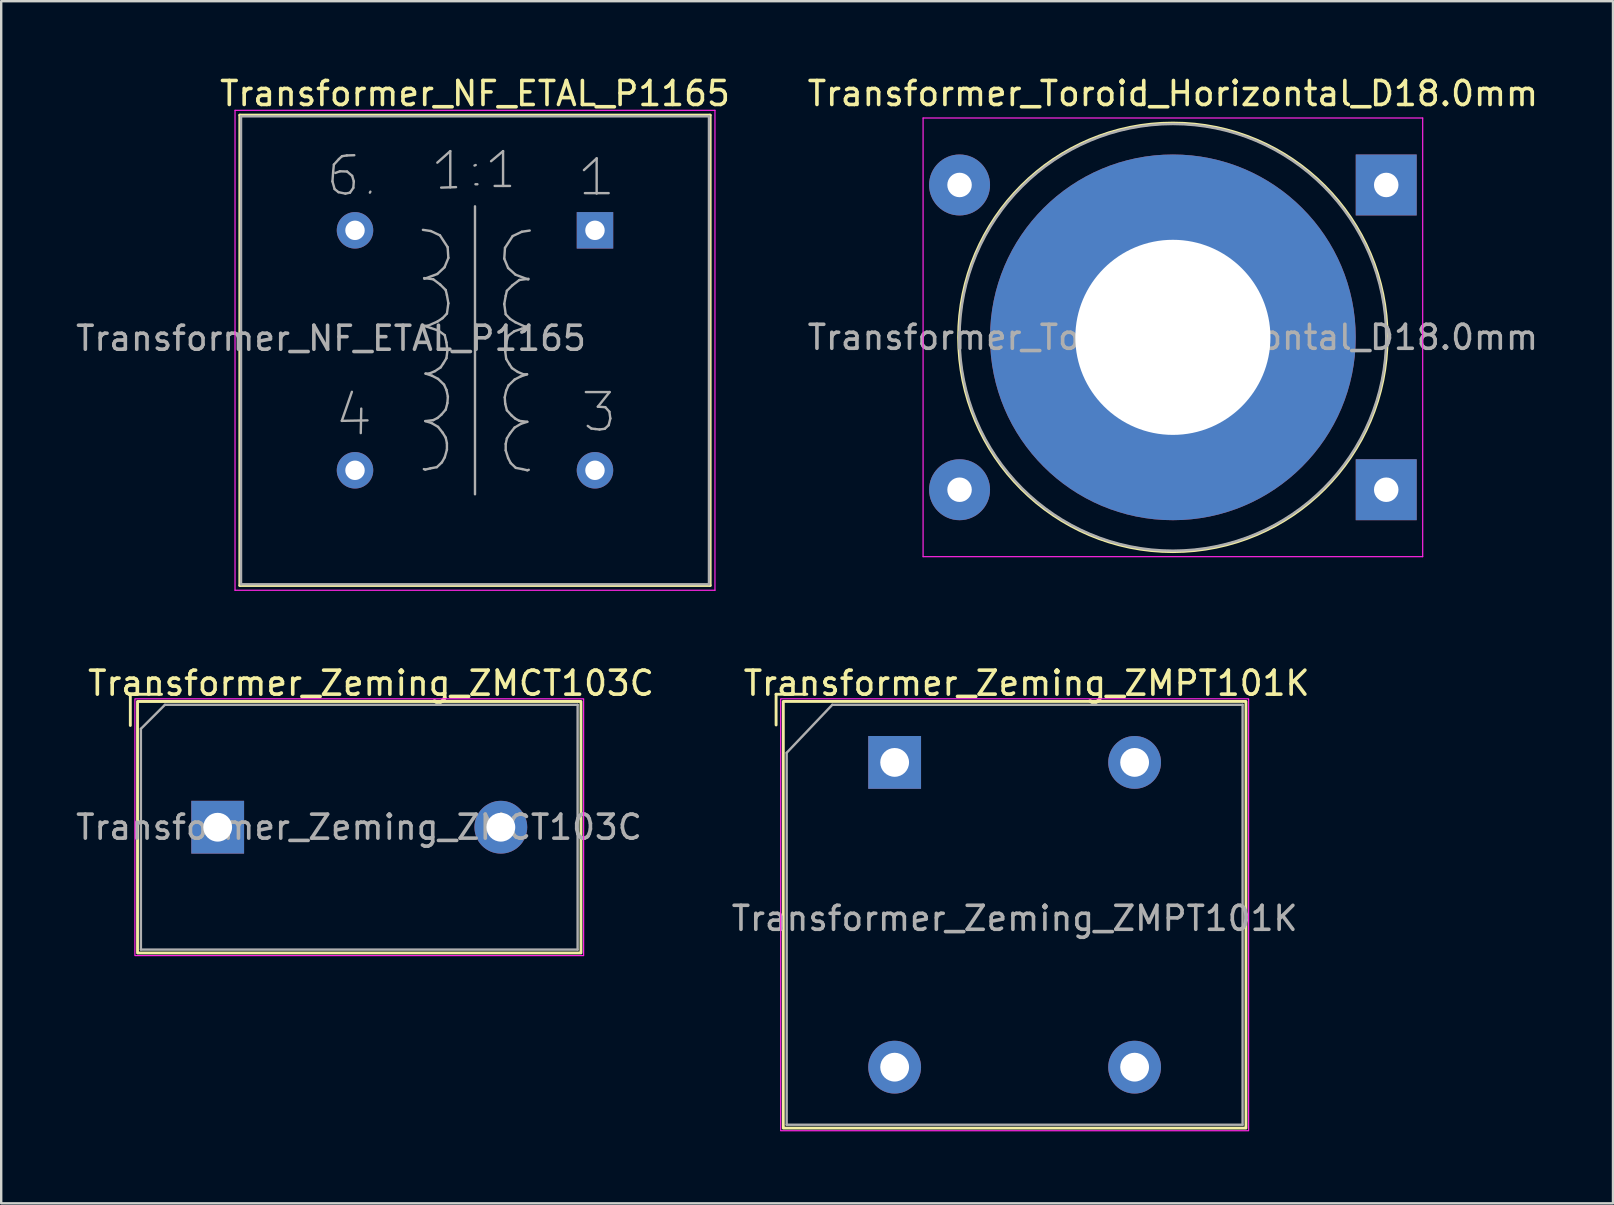
<source format=kicad_pcb>
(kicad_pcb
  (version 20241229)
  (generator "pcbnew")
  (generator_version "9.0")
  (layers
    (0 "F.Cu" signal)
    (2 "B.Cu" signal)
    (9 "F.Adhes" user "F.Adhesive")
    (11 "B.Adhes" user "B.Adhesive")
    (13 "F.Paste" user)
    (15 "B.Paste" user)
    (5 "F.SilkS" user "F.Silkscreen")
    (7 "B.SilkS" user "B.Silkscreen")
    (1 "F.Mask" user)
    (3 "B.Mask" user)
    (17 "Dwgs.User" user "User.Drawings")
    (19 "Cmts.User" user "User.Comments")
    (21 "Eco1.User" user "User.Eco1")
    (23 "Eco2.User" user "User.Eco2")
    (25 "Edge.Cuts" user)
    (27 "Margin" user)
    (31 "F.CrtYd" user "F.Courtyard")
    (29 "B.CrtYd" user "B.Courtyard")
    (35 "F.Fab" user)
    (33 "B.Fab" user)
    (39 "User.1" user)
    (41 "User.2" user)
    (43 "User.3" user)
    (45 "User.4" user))
  (footprint "Transformer_Toroid_Horizontal_D18.0mm"
    (layer "F.Cu")
    (at 36.937 4.658)
    (property "Reference" "Transformer_Toroid_Horizontal_D18.0mm" (at 8.89 -3.81 0) (layer "F.SilkS") (effects (font (size 1 1) (thickness 0.15))))
    (attr through_hole)
    (fp_circle (center 8.89 6.35) (end 17.49 8.75) (stroke (width 0.12) (type solid)) (fill no) (layer "F.SilkS"))
    (fp_line (start -1.52 -2.79) (end -1.52 15.49) (stroke (width 0.05) (type solid)) (layer "F.CrtYd"))
    (fp_line (start -1.52 -2.79) (end 19.3 -2.79) (stroke (width 0.05) (type solid)) (layer "F.CrtYd"))
    (fp_line (start 19.3 15.49) (end -1.52 15.49) (stroke (width 0.05) (type solid)) (layer "F.CrtYd"))
    (fp_line (start 19.3 15.49) (end 19.3 -2.79) (stroke (width 0.05) (type solid)) (layer "F.CrtYd"))
    (fp_circle (center 8.89 6.35) (end 17.78 6.35) (stroke (width 0.1) (type solid)) (fill no) (layer "F.Fab"))
    (fp_text user "${REFERENCE}" (at 8.89 6.35 0) (layer "F.Fab") (effects (font (size 1 1) (thickness 0.15))))
    (pad "" thru_hole circle (at 8.89 6.35) (size 15.24 15.24) (drill 8.13) (layers "*.Cu" "*.Mask"))
    (pad "1" thru_hole circle (at 0 0) (size 2.54 2.54) (drill 1.02) (layers "*.Cu" "*.Mask"))
    (pad "2" thru_hole circle (at 0 12.7) (size 2.54 2.54) (drill 1.02) (layers "*.Cu" "*.Mask"))
    (pad "3" thru_hole rect (at 17.78 0) (size 2.54 2.54) (drill 1.02) (layers "*.Cu" "*.Mask"))
    (pad "4" thru_hole rect (at 17.78 12.7) (size 2.54 2.54) (drill 1.02) (layers "*.Cu" "*.Mask")))
  (footprint "Transformer_Zeming_ZMCT103C"
    (layer "F.Cu")
    (at 6.021 31.422)
    (property "Reference" "Transformer_Zeming_ZMCT103C" (at 6.39 -6 0) (layer "F.SilkS") (effects (font (size 1 1) (thickness 0.15))))
    (attr through_hole)
    (fp_line (start -3.64 -5.54) (end -2.34 -5.54) (stroke (width 0.12) (type default)) (layer "F.SilkS"))
    (fp_line (start -3.64 -4.24) (end -3.64 -5.54) (stroke (width 0.12) (type default)) (layer "F.SilkS"))
    (fp_rect (start -3.34 -5.24) (end 15.14 5.24) (stroke (width 0.12) (type default)) (fill no) (layer "F.SilkS"))
    (fp_rect (start -3.45 -5.35) (end 15.25 5.35) (stroke (width 0.05) (type default)) (fill no) (layer "F.CrtYd"))
    (fp_line (start -3.2 -4.1) (end -2.2 -5.1) (stroke (width 0.1) (type default)) (layer "F.Fab"))
    (fp_line (start -3.2 5.1) (end -3.2 -4.1) (stroke (width 0.1) (type default)) (layer "F.Fab"))
    (fp_line (start -2.2 -5.1) (end 15 -5.1) (stroke (width 0.1) (type default)) (layer "F.Fab"))
    (fp_line (start 15 -5.1) (end 15 5.1) (stroke (width 0.1) (type default)) (layer "F.Fab"))
    (fp_line (start 15 5.1) (end -3.2 5.1) (stroke (width 0.1) (type default)) (layer "F.Fab"))
    (fp_text user "${REFERENCE}" (at 5.89 0 0) (layer "F.Fab") (effects (font (size 1 1) (thickness 0.15))))
    (pad "1" thru_hole rect (at 0 0) (size 2.2 2.2) (drill 1.2) (layers "*.Cu" "*.Mask"))
    (pad "2" thru_hole circle (at 11.8 0) (size 2.2 2.2) (drill 1.2) (layers "*.Cu" "*.Mask")))
  (footprint "Transformer_Zeming_ZMPT101K"
    (layer "F.Cu")
    (at 34.232 28.721)
    (property "Reference" "Transformer_Zeming_ZMPT101K" (at 5.5 -3.3 0) (layer "F.SilkS") (effects (font (size 1 1) (thickness 0.15))))
    (attr through_hole)
    (fp_line (start -4.94 -2.84) (end -3.66 -2.84) (stroke (width 0.12) (type default)) (layer "F.SilkS"))
    (fp_line (start -4.94 -1.56) (end -4.94 -2.84) (stroke (width 0.12) (type default)) (layer "F.SilkS"))
    (fp_rect (start -4.64 -2.54) (end 14.64 15.24) (stroke (width 0.12) (type default)) (fill no) (layer "F.SilkS"))
    (fp_rect (start -4.75 -2.65) (end 14.75 15.35) (stroke (width 0.05) (type default)) (fill no) (layer "F.CrtYd"))
    (fp_line (start -4.5 -0.4) (end -2.6 -2.4) (stroke (width 0.1) (type default)) (layer "F.Fab"))
    (fp_line (start -4.5 15.1) (end -4.5 -0.4) (stroke (width 0.1) (type default)) (layer "F.Fab"))
    (fp_line (start -2.6 -2.4) (end 14.5 -2.4) (stroke (width 0.1) (type default)) (layer "F.Fab"))
    (fp_line (start 14.5 -2.4) (end 14.5 15.1) (stroke (width 0.1) (type default)) (layer "F.Fab"))
    (fp_line (start 14.5 15.1) (end -4.5 15.1) (stroke (width 0.1) (type default)) (layer "F.Fab"))
    (fp_text user "${REFERENCE}" (at 5 6.5 0) (layer "F.Fab") (effects (font (size 1 1) (thickness 0.15))))
    (pad "1" thru_hole rect (at 0 0) (size 2.2 2.2) (drill 1.2) (layers "*.Cu" "*.Mask"))
    (pad "2" thru_hole circle (at 0 12.7) (size 2.2 2.2) (drill 1.2) (layers "*.Cu" "*.Mask"))
    (pad "3" thru_hole circle (at 10 12.7) (size 2.2 2.2) (drill 1.2) (layers "*.Cu" "*.Mask"))
    (pad "4" thru_hole circle (at 10 0) (size 2.2 2.2) (drill 1.2) (layers "*.Cu" "*.Mask")))
  (footprint "Transformer_NF_ETAL_P1165"
    (layer "F.Cu")
    (at 21.744 6.548)
    (property "Reference" "Transformer_NF_ETAL_P1165" (at -5 -5.7 0) (layer "F.SilkS") (effects (font (size 1 1) (thickness 0.15))))
    (attr through_hole)
    (fp_line (start -14.8 -4.8) (end 4.8 -4.8) (stroke (width 0.12) (type solid)) (layer "F.SilkS"))
    (fp_line (start -14.8 14.8) (end -14.8 -4.8) (stroke (width 0.12) (type solid)) (layer "F.SilkS"))
    (fp_line (start 4.8 -4.8) (end 4.8 14.8) (stroke (width 0.12) (type solid)) (layer "F.SilkS"))
    (fp_line (start 4.8 14.8) (end -14.8 14.8) (stroke (width 0.12) (type solid)) (layer "F.SilkS"))
    (fp_line (start -15 -5) (end -15 15) (stroke (width 0.05) (type solid)) (layer "F.CrtYd"))
    (fp_line (start -15 -5) (end 5 -5) (stroke (width 0.05) (type solid)) (layer "F.CrtYd"))
    (fp_line (start 5 15) (end -15 15) (stroke (width 0.05) (type solid)) (layer "F.CrtYd"))
    (fp_line (start 5 15) (end 5 -5) (stroke (width 0.05) (type solid)) (layer "F.CrtYd"))
    (fp_line (start -14.75 -4.75) (end -14.75 14.75) (stroke (width 0.1) (type solid)) (layer "F.Fab"))
    (fp_line (start -14.75 14.75) (end 4.75 14.75) (stroke (width 0.1) (type solid)) (layer "F.Fab"))
    (fp_line (start -10.94 -2.04) (end -10.85 -1.72) (stroke (width 0.1) (type solid)) (layer "F.Fab"))
    (fp_line (start -10.91 -2.45) (end -10.94 -2.04) (stroke (width 0.1) (type solid)) (layer "F.Fab"))
    (fp_line (start -10.88 -2.74) (end -10.91 -2.45) (stroke (width 0.1) (type solid)) (layer "F.Fab"))
    (fp_line (start -10.85 -1.72) (end -10.69 -1.59) (stroke (width 0.1) (type solid)) (layer "F.Fab"))
    (fp_line (start -10.69 -1.59) (end -10.4 -1.53) (stroke (width 0.1) (type solid)) (layer "F.Fab"))
    (fp_line (start -10.67 -2.97) (end -10.88 -2.74) (stroke (width 0.1) (type solid)) (layer "F.Fab"))
    (fp_line (start -10.63 -2.46) (end -10.82 -2.39) (stroke (width 0.1) (type solid)) (layer "F.Fab"))
    (fp_line (start -10.55 7.94) (end -9.48 7.92) (stroke (width 0.1) (type solid)) (layer "F.Fab"))
    (fp_line (start -10.54 -3.09) (end -10.67 -2.97) (stroke (width 0.1) (type solid)) (layer "F.Fab"))
    (fp_line (start -10.4 -1.53) (end -10.21 -1.57) (stroke (width 0.1) (type solid)) (layer "F.Fab"))
    (fp_line (start -10.34 -3.12) (end -10.54 -3.09) (stroke (width 0.1) (type solid)) (layer "F.Fab"))
    (fp_line (start -10.33 -2.45) (end -10.63 -2.46) (stroke (width 0.1) (type solid)) (layer "F.Fab"))
    (fp_line (start -10.21 -1.57) (end -10.07 -1.77) (stroke (width 0.1) (type solid)) (layer "F.Fab"))
    (fp_line (start -10.13 6.73) (end -10.55 7.94) (stroke (width 0.1) (type solid)) (layer "F.Fab"))
    (fp_line (start -10.12 -2.27) (end -10.33 -2.45) (stroke (width 0.1) (type solid)) (layer "F.Fab"))
    (fp_line (start -10.07 -1.77) (end -10.05 -2.04) (stroke (width 0.1) (type solid)) (layer "F.Fab"))
    (fp_line (start -10.05 -2.04) (end -10.12 -2.27) (stroke (width 0.1) (type solid)) (layer "F.Fab"))
    (fp_line (start -10.03 -3.13) (end -10.34 -3.12) (stroke (width 0.1) (type solid)) (layer "F.Fab"))
    (fp_line (start -9.74 7.43) (end -9.76 8.45) (stroke (width 0.1) (type solid)) (layer "F.Fab"))
    (fp_line (start -9.38 -1.57) (end -9.36 -1.61) (stroke (width 0.1) (type solid)) (layer "F.Fab"))
    (fp_line (start -7.17 -0.02) (end -6.84 0.03) (stroke (width 0.1) (type solid)) (layer "F.Fab"))
    (fp_line (start -7.13 3.98) (end -6.84 4.07) (stroke (width 0.1) (type solid)) (layer "F.Fab"))
    (fp_line (start -7.12 1.99) (end -6.74 2.04) (stroke (width 0.1) (type solid)) (layer "F.Fab"))
    (fp_line (start -7.07 7.95) (end -6.81 8.03) (stroke (width 0.1) (type solid)) (layer "F.Fab"))
    (fp_line (start -7.07 9.97) (end -7.13 9.95) (stroke (width 0.1) (type solid)) (layer "F.Fab"))
    (fp_line (start -7.06 5.97) (end -6.79 6.06) (stroke (width 0.1) (type solid)) (layer "F.Fab"))
    (fp_line (start -6.97 3.98) (end -7.13 3.98) (stroke (width 0.1) (type solid)) (layer "F.Fab"))
    (fp_line (start -6.91 5.97) (end -7.06 5.97) (stroke (width 0.1) (type solid)) (layer "F.Fab"))
    (fp_line (start -6.86 9.92) (end -7.07 9.97) (stroke (width 0.1) (type solid)) (layer "F.Fab"))
    (fp_line (start -6.84 0.03) (end -6.46 0.21) (stroke (width 0.1) (type solid)) (layer "F.Fab"))
    (fp_line (start -6.84 4.07) (end -6.52 4.18) (stroke (width 0.1) (type solid)) (layer "F.Fab"))
    (fp_line (start -6.81 8.03) (end -6.54 8.19) (stroke (width 0.1) (type solid)) (layer "F.Fab"))
    (fp_line (start -6.79 6.06) (end -6.54 6.19) (stroke (width 0.1) (type solid)) (layer "F.Fab"))
    (fp_line (start -6.74 2.04) (end -6.45 2.26) (stroke (width 0.1) (type solid)) (layer "F.Fab"))
    (fp_line (start -6.74 7.91) (end -7.07 7.95) (stroke (width 0.1) (type solid)) (layer "F.Fab"))
    (fp_line (start -6.67 5.87) (end -6.91 5.97) (stroke (width 0.1) (type solid)) (layer "F.Fab"))
    (fp_line (start -6.59 9.87) (end -6.86 9.92) (stroke (width 0.1) (type solid)) (layer "F.Fab"))
    (fp_line (start -6.57 -2.82) (end -6.03 -3.3) (stroke (width 0.1) (type solid)) (layer "F.Fab"))
    (fp_line (start -6.57 1.82) (end -7.11 2.02) (stroke (width 0.1) (type solid)) (layer "F.Fab"))
    (fp_line (start -6.56 3.8) (end -6.97 3.98) (stroke (width 0.1) (type solid)) (layer "F.Fab"))
    (fp_line (start -6.56 7.82) (end -6.74 7.91) (stroke (width 0.1) (type solid)) (layer "F.Fab"))
    (fp_line (start -6.54 6.19) (end -6.29 6.43) (stroke (width 0.1) (type solid)) (layer "F.Fab"))
    (fp_line (start -6.54 8.19) (end -6.35 8.43) (stroke (width 0.1) (type solid)) (layer "F.Fab"))
    (fp_line (start -6.52 4.18) (end -6.26 4.37) (stroke (width 0.1) (type solid)) (layer "F.Fab"))
    (fp_line (start -6.46 0.21) (end -6.14 0.7) (stroke (width 0.1) (type solid)) (layer "F.Fab"))
    (fp_line (start -6.45 2.26) (end -6.22 2.49) (stroke (width 0.1) (type solid)) (layer "F.Fab"))
    (fp_line (start -6.43 5.71) (end -6.67 5.87) (stroke (width 0.1) (type solid)) (layer "F.Fab"))
    (fp_line (start -6.41 -1.78) (end -5.79 -1.8) (stroke (width 0.1) (type solid)) (layer "F.Fab"))
    (fp_line (start -6.4 7.68) (end -6.56 7.82) (stroke (width 0.1) (type solid)) (layer "F.Fab"))
    (fp_line (start -6.38 9.67) (end -6.59 9.87) (stroke (width 0.1) (type solid)) (layer "F.Fab"))
    (fp_line (start -6.35 3.66) (end -6.56 3.8) (stroke (width 0.1) (type solid)) (layer "F.Fab"))
    (fp_line (start -6.35 8.43) (end -6.22 8.64) (stroke (width 0.1) (type solid)) (layer "F.Fab"))
    (fp_line (start -6.33 5.56) (end -6.43 5.71) (stroke (width 0.1) (type solid)) (layer "F.Fab"))
    (fp_line (start -6.29 6.43) (end -6.19 6.65) (stroke (width 0.1) (type solid)) (layer "F.Fab"))
    (fp_line (start -6.27 1.54) (end -6.57 1.82) (stroke (width 0.1) (type solid)) (layer "F.Fab"))
    (fp_line (start -6.26 4.37) (end -6.19 4.67) (stroke (width 0.1) (type solid)) (layer "F.Fab"))
    (fp_line (start -6.26 9.46) (end -6.38 9.67) (stroke (width 0.1) (type solid)) (layer "F.Fab"))
    (fp_line (start -6.22 2.49) (end -6.17 2.7) (stroke (width 0.1) (type solid)) (layer "F.Fab"))
    (fp_line (start -6.22 7.47) (end -6.4 7.68) (stroke (width 0.1) (type solid)) (layer "F.Fab"))
    (fp_line (start -6.22 8.64) (end -6.17 8.87) (stroke (width 0.1) (type solid)) (layer "F.Fab"))
    (fp_line (start -6.19 4.67) (end -6.15 5.01) (stroke (width 0.1) (type solid)) (layer "F.Fab"))
    (fp_line (start -6.19 5.33) (end -6.33 5.56) (stroke (width 0.1) (type solid)) (layer "F.Fab"))
    (fp_line (start -6.19 6.65) (end -6.13 6.93) (stroke (width 0.1) (type solid)) (layer "F.Fab"))
    (fp_line (start -6.17 2.7) (end -6.11 3.04) (stroke (width 0.1) (type solid)) (layer "F.Fab"))
    (fp_line (start -6.17 3.47) (end -6.35 3.66) (stroke (width 0.1) (type solid)) (layer "F.Fab"))
    (fp_line (start -6.17 8.87) (end -6.17 9.14) (stroke (width 0.1) (type solid)) (layer "F.Fab"))
    (fp_line (start -6.17 9.14) (end -6.26 9.46) (stroke (width 0.1) (type solid)) (layer "F.Fab"))
    (fp_line (start -6.15 5.01) (end -6.19 5.33) (stroke (width 0.1) (type solid)) (layer "F.Fab"))
    (fp_line (start -6.15 7.2) (end -6.22 7.47) (stroke (width 0.1) (type solid)) (layer "F.Fab"))
    (fp_line (start -6.14 0.7) (end -6.11 1.15) (stroke (width 0.1) (type solid)) (layer "F.Fab"))
    (fp_line (start -6.13 6.93) (end -6.15 7.2) (stroke (width 0.1) (type solid)) (layer "F.Fab"))
    (fp_line (start -6.11 1.15) (end -6.27 1.54) (stroke (width 0.1) (type solid)) (layer "F.Fab"))
    (fp_line (start -6.11 3.04) (end -6.17 3.47) (stroke (width 0.1) (type solid)) (layer "F.Fab"))
    (fp_line (start -6.03 -3.3) (end -6.03 -1.79) (stroke (width 0.1) (type solid)) (layer "F.Fab"))
    (fp_line (start -5 -1) (end -5 11) (stroke (width 0.1) (type solid)) (layer "F.Fab"))
    (fp_line (start -4.97 -2.72) (end -5.02 -2.7) (stroke (width 0.1) (type solid)) (layer "F.Fab"))
    (fp_line (start -4.9 -1.92) (end -4.98 -1.92) (stroke (width 0.1) (type solid)) (layer "F.Fab"))
    (fp_line (start -4.33 -2.88) (end -3.83 -3.3) (stroke (width 0.1) (type solid)) (layer "F.Fab"))
    (fp_line (start -4.18 -1.85) (end -3.54 -1.85) (stroke (width 0.1) (type solid)) (layer "F.Fab"))
    (fp_line (start -3.83 -3.3) (end -3.83 -1.85) (stroke (width 0.1) (type solid)) (layer "F.Fab"))
    (fp_line (start -3.78 1.18) (end -3.62 1.57) (stroke (width 0.1) (type solid)) (layer "F.Fab"))
    (fp_line (start -3.78 3.07) (end -3.72 3.5) (stroke (width 0.1) (type solid)) (layer "F.Fab"))
    (fp_line (start -3.76 6.96) (end -3.74 7.23) (stroke (width 0.1) (type solid)) (layer "F.Fab"))
    (fp_line (start -3.75 0.73) (end -3.78 1.18) (stroke (width 0.1) (type solid)) (layer "F.Fab"))
    (fp_line (start -3.74 5.04) (end -3.7 5.36) (stroke (width 0.1) (type solid)) (layer "F.Fab"))
    (fp_line (start -3.74 7.23) (end -3.67 7.5) (stroke (width 0.1) (type solid)) (layer "F.Fab"))
    (fp_line (start -3.72 2.73) (end -3.78 3.07) (stroke (width 0.1) (type solid)) (layer "F.Fab"))
    (fp_line (start -3.72 3.5) (end -3.54 3.69) (stroke (width 0.1) (type solid)) (layer "F.Fab"))
    (fp_line (start -3.72 8.9) (end -3.72 9.17) (stroke (width 0.1) (type solid)) (layer "F.Fab"))
    (fp_line (start -3.72 9.17) (end -3.62 9.49) (stroke (width 0.1) (type solid)) (layer "F.Fab"))
    (fp_line (start -3.7 4.7) (end -3.74 5.04) (stroke (width 0.1) (type solid)) (layer "F.Fab"))
    (fp_line (start -3.7 5.36) (end -3.56 5.59) (stroke (width 0.1) (type solid)) (layer "F.Fab"))
    (fp_line (start -3.7 6.68) (end -3.76 6.96) (stroke (width 0.1) (type solid)) (layer "F.Fab"))
    (fp_line (start -3.67 2.52) (end -3.72 2.73) (stroke (width 0.1) (type solid)) (layer "F.Fab"))
    (fp_line (start -3.67 7.5) (end -3.48 7.71) (stroke (width 0.1) (type solid)) (layer "F.Fab"))
    (fp_line (start -3.67 8.67) (end -3.72 8.9) (stroke (width 0.1) (type solid)) (layer "F.Fab"))
    (fp_line (start -3.62 1.57) (end -3.31 1.85) (stroke (width 0.1) (type solid)) (layer "F.Fab"))
    (fp_line (start -3.62 4.4) (end -3.7 4.7) (stroke (width 0.1) (type solid)) (layer "F.Fab"))
    (fp_line (start -3.62 9.49) (end -3.51 9.7) (stroke (width 0.1) (type solid)) (layer "F.Fab"))
    (fp_line (start -3.6 6.46) (end -3.7 6.68) (stroke (width 0.1) (type solid)) (layer "F.Fab"))
    (fp_line (start -3.56 5.59) (end -3.46 5.74) (stroke (width 0.1) (type solid)) (layer "F.Fab"))
    (fp_line (start -3.54 3.69) (end -3.32 3.83) (stroke (width 0.1) (type solid)) (layer "F.Fab"))
    (fp_line (start -3.54 8.46) (end -3.67 8.67) (stroke (width 0.1) (type solid)) (layer "F.Fab"))
    (fp_line (start -3.51 9.7) (end -3.3 9.9) (stroke (width 0.1) (type solid)) (layer "F.Fab"))
    (fp_line (start -3.48 7.71) (end -3.32 7.85) (stroke (width 0.1) (type solid)) (layer "F.Fab"))
    (fp_line (start -3.46 5.74) (end -3.22 5.9) (stroke (width 0.1) (type solid)) (layer "F.Fab"))
    (fp_line (start -3.44 2.29) (end -3.67 2.52) (stroke (width 0.1) (type solid)) (layer "F.Fab"))
    (fp_line (start -3.43 0.24) (end -3.75 0.73) (stroke (width 0.1) (type solid)) (layer "F.Fab"))
    (fp_line (start -3.37 4.21) (end -3.62 4.4) (stroke (width 0.1) (type solid)) (layer "F.Fab"))
    (fp_line (start -3.35 6.22) (end -3.6 6.46) (stroke (width 0.1) (type solid)) (layer "F.Fab"))
    (fp_line (start -3.35 8.22) (end -3.54 8.46) (stroke (width 0.1) (type solid)) (layer "F.Fab"))
    (fp_line (start -3.32 3.83) (end -2.92 4.01) (stroke (width 0.1) (type solid)) (layer "F.Fab"))
    (fp_line (start -3.32 7.85) (end -3.15 7.94) (stroke (width 0.1) (type solid)) (layer "F.Fab"))
    (fp_line (start -3.31 1.85) (end -2.78 2.05) (stroke (width 0.1) (type solid)) (layer "F.Fab"))
    (fp_line (start -3.3 9.9) (end -3.03 9.95) (stroke (width 0.1) (type solid)) (layer "F.Fab"))
    (fp_line (start -3.22 5.9) (end -2.98 6) (stroke (width 0.1) (type solid)) (layer "F.Fab"))
    (fp_line (start -3.15 2.07) (end -3.44 2.29) (stroke (width 0.1) (type solid)) (layer "F.Fab"))
    (fp_line (start -3.15 7.94) (end -2.82 7.98) (stroke (width 0.1) (type solid)) (layer "F.Fab"))
    (fp_line (start -3.1 6.09) (end -3.35 6.22) (stroke (width 0.1) (type solid)) (layer "F.Fab"))
    (fp_line (start -3.08 8.06) (end -3.35 8.22) (stroke (width 0.1) (type solid)) (layer "F.Fab"))
    (fp_line (start -3.05 0.06) (end -3.43 0.24) (stroke (width 0.1) (type solid)) (layer "F.Fab"))
    (fp_line (start -3.05 4.1) (end -3.37 4.21) (stroke (width 0.1) (type solid)) (layer "F.Fab"))
    (fp_line (start -3.03 9.95) (end -2.82 10) (stroke (width 0.1) (type solid)) (layer "F.Fab"))
    (fp_line (start -2.98 6) (end -2.83 6) (stroke (width 0.1) (type solid)) (layer "F.Fab"))
    (fp_line (start -2.92 4.01) (end -2.76 4.01) (stroke (width 0.1) (type solid)) (layer "F.Fab"))
    (fp_line (start -2.83 6) (end -3.1 6.09) (stroke (width 0.1) (type solid)) (layer "F.Fab"))
    (fp_line (start -2.82 7.98) (end -3.08 8.06) (stroke (width 0.1) (type solid)) (layer "F.Fab"))
    (fp_line (start -2.82 10) (end -2.76 9.98) (stroke (width 0.1) (type solid)) (layer "F.Fab"))
    (fp_line (start -2.77 2.02) (end -3.15 2.07) (stroke (width 0.1) (type solid)) (layer "F.Fab"))
    (fp_line (start -2.76 4.01) (end -3.05 4.1) (stroke (width 0.1) (type solid)) (layer "F.Fab"))
    (fp_line (start -2.72 0.01) (end -3.05 0.06) (stroke (width 0.1) (type solid)) (layer "F.Fab"))
    (fp_line (start -0.46 -2.51) (end 0.07 -3) (stroke (width 0.1) (type solid)) (layer "F.Fab"))
    (fp_line (start -0.42 -1.55) (end 0.57 -1.55) (stroke (width 0.1) (type solid)) (layer "F.Fab"))
    (fp_line (start -0.38 6.74) (end 0.61 6.74) (stroke (width 0.1) (type solid)) (layer "F.Fab"))
    (fp_line (start -0.15 8.26) (end -0.3 8.15) (stroke (width 0.1) (type solid)) (layer "F.Fab"))
    (fp_line (start 0.01 8.28) (end -0.15 8.26) (stroke (width 0.1) (type solid)) (layer "F.Fab"))
    (fp_line (start 0.07 -3) (end 0.07 -1.53) (stroke (width 0.1) (type solid)) (layer "F.Fab"))
    (fp_line (start 0.12 7.35) (end 0.43 7.37) (stroke (width 0.1) (type solid)) (layer "F.Fab"))
    (fp_line (start 0.19 8.3) (end 0.01 8.28) (stroke (width 0.1) (type solid)) (layer "F.Fab"))
    (fp_line (start 0.41 8.27) (end 0.19 8.3) (stroke (width 0.1) (type solid)) (layer "F.Fab"))
    (fp_line (start 0.43 7.37) (end 0.6 7.56) (stroke (width 0.1) (type solid)) (layer "F.Fab"))
    (fp_line (start 0.57 8.12) (end 0.41 8.27) (stroke (width 0.1) (type solid)) (layer "F.Fab"))
    (fp_line (start 0.6 7.56) (end 0.64 7.84) (stroke (width 0.1) (type solid)) (layer "F.Fab"))
    (fp_line (start 0.61 6.74) (end 0.12 7.35) (stroke (width 0.1) (type solid)) (layer "F.Fab"))
    (fp_line (start 0.64 7.84) (end 0.57 8.12) (stroke (width 0.1) (type solid)) (layer "F.Fab"))
    (fp_line (start 4.75 -4.75) (end -14.75 -4.75) (stroke (width 0.1) (type solid)) (layer "F.Fab"))
    (fp_line (start 4.75 14.75) (end 4.75 -4.75) (stroke (width 0.1) (type solid)) (layer "F.Fab"))
    (fp_text user "${REFERENCE}" (at -11 4.5 0) (layer "F.Fab") (effects (font (size 1 1) (thickness 0.15))))
    (pad "1" thru_hole rect (at 0 0) (size 1.52 1.52) (drill 0.81) (layers "*.Cu" "*.Mask"))
    (pad "3" thru_hole circle (at 0 10) (size 1.52 1.52) (drill 0.81) (layers "*.Cu" "*.Mask"))
    (pad "4" thru_hole circle (at -10 10) (size 1.52 1.52) (drill 0.81) (layers "*.Cu" "*.Mask"))
    (pad "6" thru_hole circle (at -10 0) (size 1.52 1.52) (drill 0.81) (layers "*.Cu" "*.Mask")))
  (gr_rect
    (start -3 -3)
    (end 64.167 47.096)
    (stroke (width 0.1) (type default))
    (fill no)
    (layer "Edge.Cuts")))
</source>
